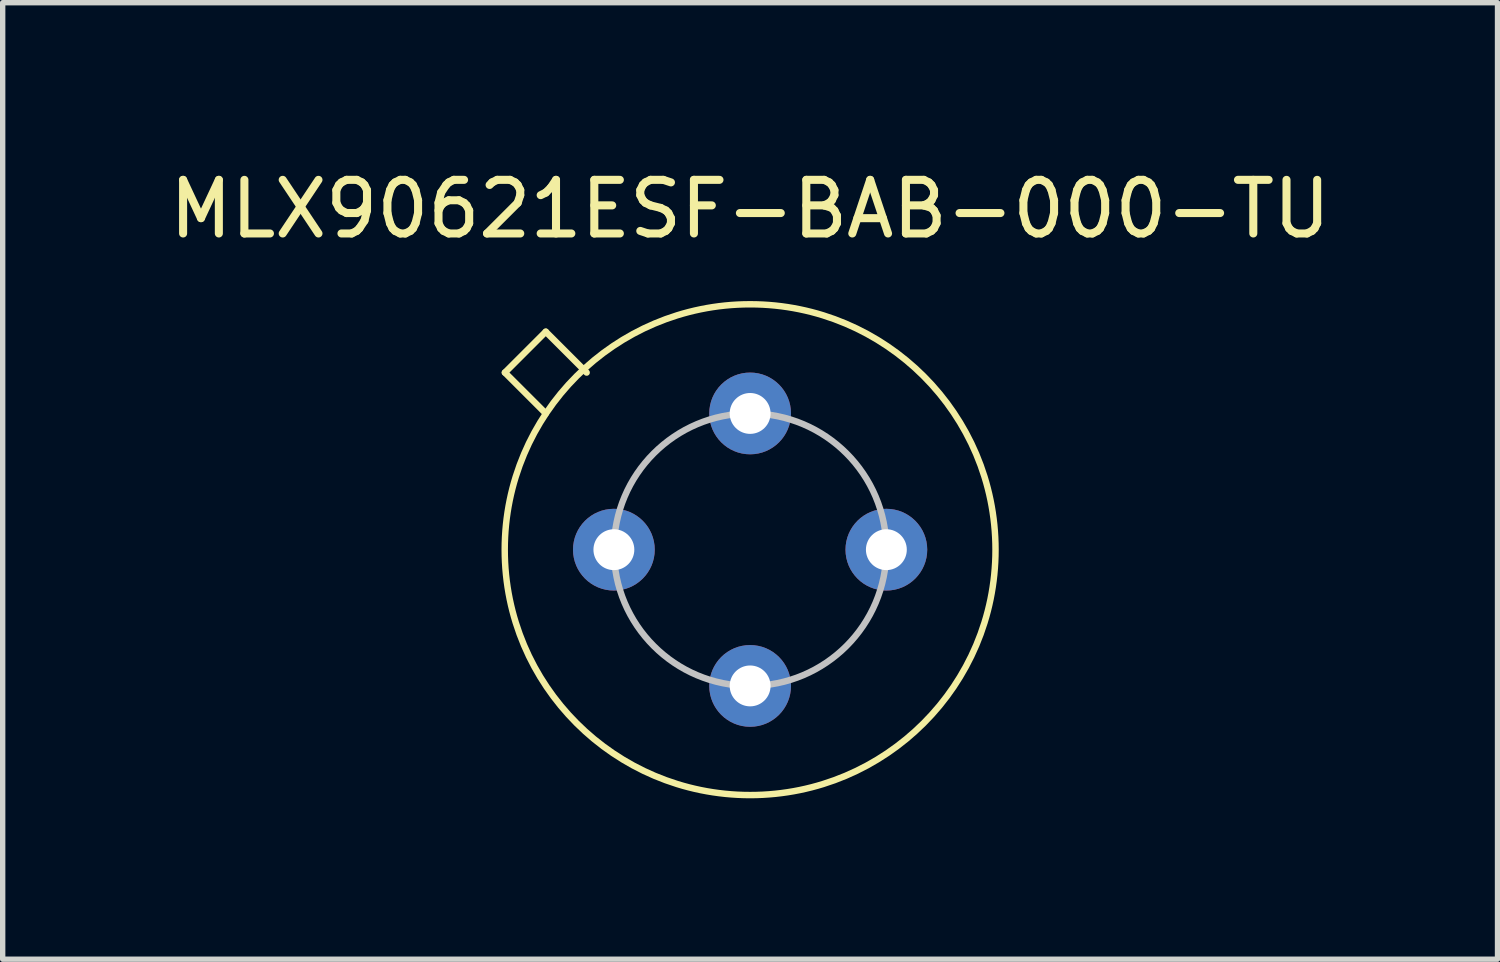
<source format=kicad_pcb>
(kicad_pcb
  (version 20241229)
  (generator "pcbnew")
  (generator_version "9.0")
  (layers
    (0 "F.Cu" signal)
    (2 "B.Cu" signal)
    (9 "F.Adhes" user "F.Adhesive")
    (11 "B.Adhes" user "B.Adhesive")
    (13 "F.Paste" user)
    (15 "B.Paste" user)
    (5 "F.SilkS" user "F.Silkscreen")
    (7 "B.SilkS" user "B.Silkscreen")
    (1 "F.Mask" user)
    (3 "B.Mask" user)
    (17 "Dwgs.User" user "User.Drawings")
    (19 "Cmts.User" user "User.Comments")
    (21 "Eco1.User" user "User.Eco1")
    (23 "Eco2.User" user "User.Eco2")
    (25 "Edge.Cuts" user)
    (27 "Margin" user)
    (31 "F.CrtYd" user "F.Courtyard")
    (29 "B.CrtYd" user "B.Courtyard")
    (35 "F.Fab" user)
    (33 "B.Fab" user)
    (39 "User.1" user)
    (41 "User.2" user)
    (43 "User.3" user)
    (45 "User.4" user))
  (footprint "MLX90621ESF-BAB-000-TU"
    (layer "F.Cu")
    (at 10.935 7.198)
    (property "Reference" "MLX90621ESF-BAB-000-TU" (at 0 -6.35 0) (layer "F.SilkS") (effects (font (size 1 1) (thickness 0.15))))
    (attr through_hole)
    (fp_line (start -4.572 -3.302) (end -3.81 -4.064) (stroke (width 0.12) (type solid)) (layer "F.SilkS"))
    (fp_line (start -3.81 -4.064) (end -3.048 -3.302) (stroke (width 0.12) (type solid)) (layer "F.SilkS"))
    (fp_line (start -3.81 -2.54) (end -4.572 -3.302) (stroke (width 0.12) (type solid)) (layer "F.SilkS"))
    (fp_circle (center 0 0) (end 4.575 0) (stroke (width 0.12) (type solid)) (fill no) (layer "F.SilkS"))
    (fp_circle (center 0 0) (end 2.54 0) (stroke (width 0.12) (type solid)) (fill no) (layer "Dwgs.User"))
    (pad "1" thru_hole circle (at 0 -2.54) (size 1.524 1.524) (drill 0.762) (layers "*.Cu" "*.Mask"))
    (pad "2" thru_hole circle (at 2.54 0) (size 1.524 1.524) (drill 0.762) (layers "*.Cu" "*.Mask"))
    (pad "3" thru_hole circle (at 0 2.54) (size 1.524 1.524) (drill 0.762) (layers "*.Cu" "*.Mask"))
    (pad "4" thru_hole circle (at -2.54 0) (size 1.524 1.524) (drill 0.762) (layers "*.Cu" "*.Mask")))
  (gr_rect
    (start -3 -3)
    (end 24.869 14.833)
    (stroke (width 0.1) (type default))
    (fill no)
    (layer "Edge.Cuts")))
</source>
